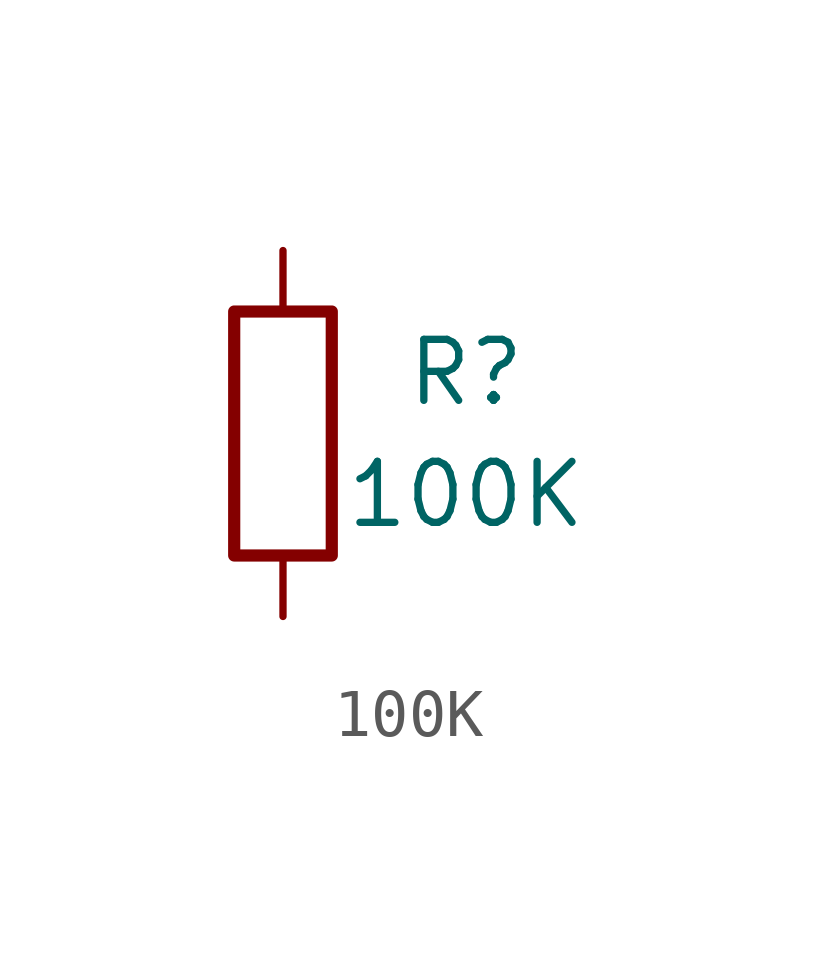
<source format=kicad_sym>
(kicad_symbol_lib
  (version 20241209)
  (generator "kicad_symbol_editor")
  (generator_version "9.0")
  (symbol "100K"
    (pin_numbers
      (hide yes))
    (pin_names
      (offset 0))
    (property "Reference" "R"
      (at 3.81 1.27 0)
      (effects (font (size 1.27 1.27))))
    (property "Value" "100K"
      (at 3.81 -1.27 0)
      (effects (font (size 1.27 1.27))))
    (symbol "100K_0_1"
      (rectangle (start -1.016 -2.54) (end 1.016 2.54) (stroke (width 0.254) (type solid)) (fill (type none))))
    (symbol "100K_1_1"
      (pin passive line (at 0 3.81 270) (length 1.27) (name "~" (effects (font (size 1.27 1.27)))) (number "1" (effects (font (size 1.27 1.27)))))
      (pin passive line (at 0 -3.81 90) (length 1.27) (name "~" (effects (font (size 1.27 1.27)))) (number "2" (effects (font (size 1.27 1.27))))))))
</source>
